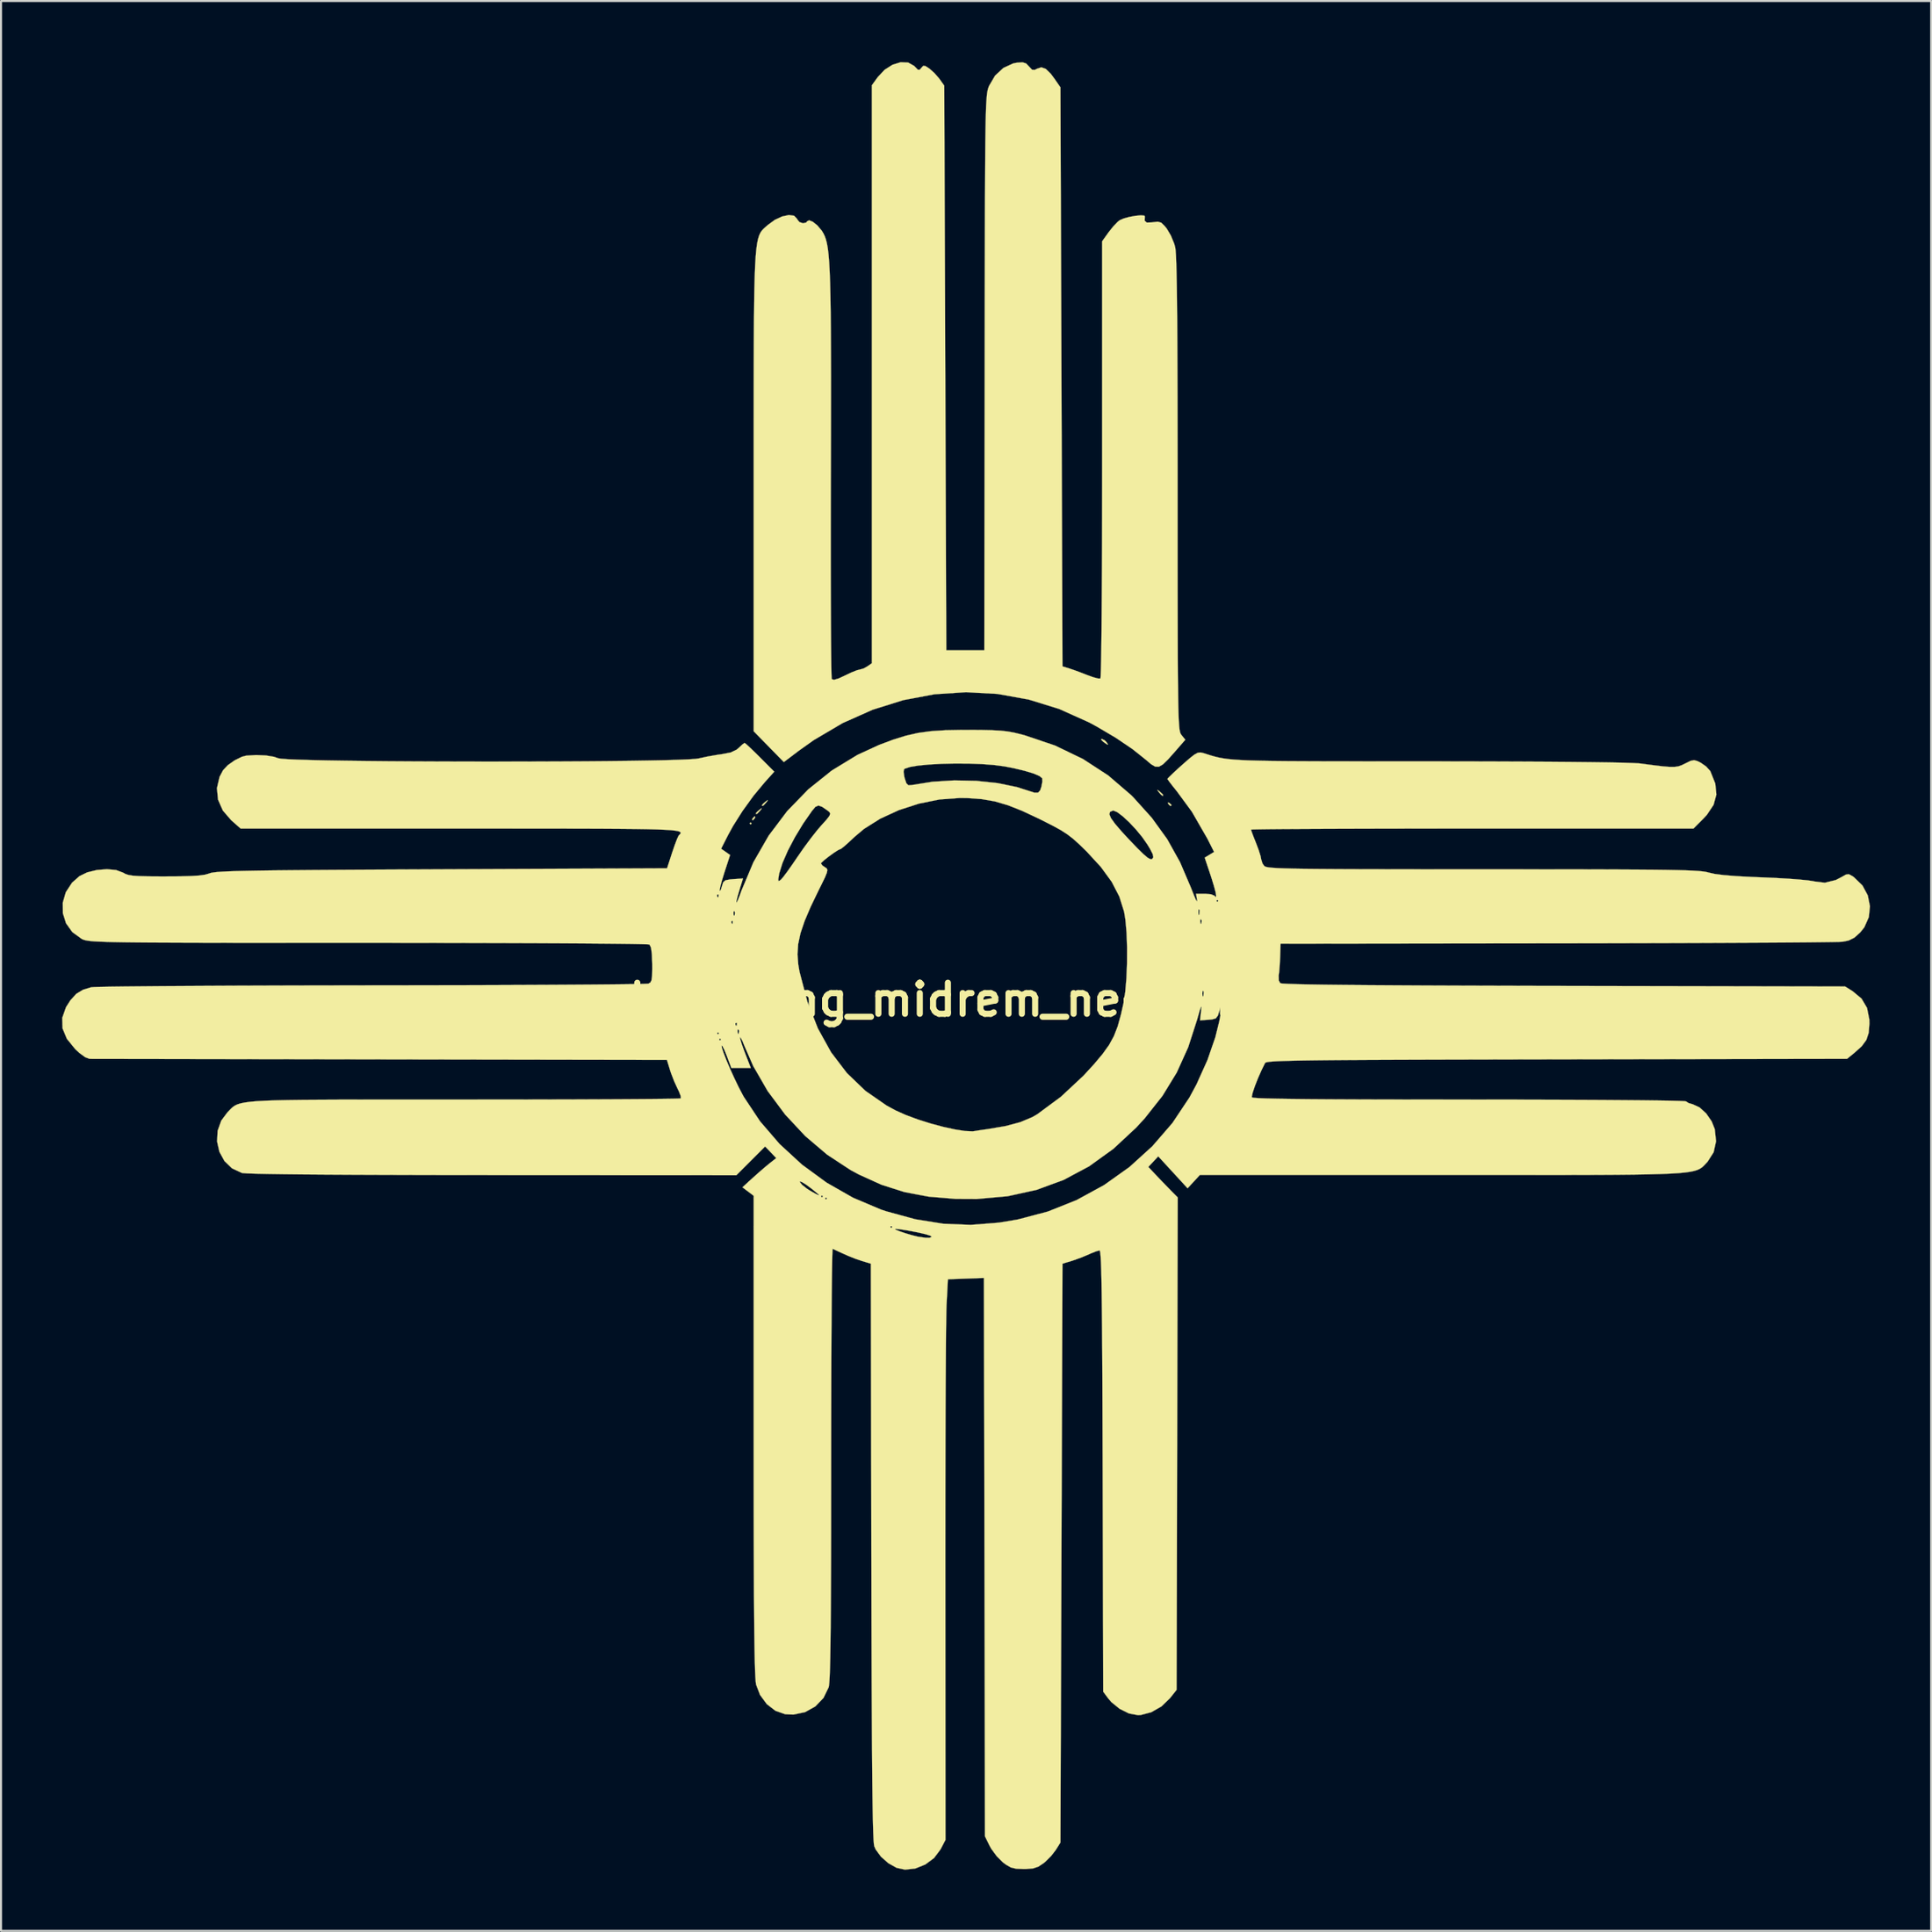
<source format=kicad_pcb>
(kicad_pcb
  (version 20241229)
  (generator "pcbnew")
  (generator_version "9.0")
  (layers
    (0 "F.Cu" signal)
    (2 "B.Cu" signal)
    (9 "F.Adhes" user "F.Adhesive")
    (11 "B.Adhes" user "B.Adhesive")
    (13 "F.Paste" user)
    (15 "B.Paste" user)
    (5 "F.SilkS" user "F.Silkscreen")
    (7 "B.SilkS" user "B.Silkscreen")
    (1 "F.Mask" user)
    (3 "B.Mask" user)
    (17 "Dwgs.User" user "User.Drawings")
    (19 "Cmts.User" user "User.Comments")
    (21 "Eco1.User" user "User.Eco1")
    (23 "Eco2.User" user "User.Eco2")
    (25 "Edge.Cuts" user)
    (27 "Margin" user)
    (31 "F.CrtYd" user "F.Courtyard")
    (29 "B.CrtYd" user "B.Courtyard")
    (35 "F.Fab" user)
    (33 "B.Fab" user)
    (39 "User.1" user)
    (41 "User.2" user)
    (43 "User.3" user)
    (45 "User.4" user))
  (footprint "dczia_png_midrem_neg_64_fs"
    (layer "F.Cu")
    (at 43.929 46.002)
    (property "Reference" "dczia_png_midrem_neg_64_fs" (at 0 0 0) (layer "F.SilkS") (effects (font (size 1.524 1.524) (thickness 0.3))))
    (attr through_hole)
    (fp_poly (pts (xy -10.1 -8.65) (xy -10.15 -8.6) (xy -10.2 -8.65) (xy -10.15 -8.7) (xy -10.1 -8.65)) (stroke (width 0.01) (type solid)) (fill yes) (layer "F.SilkS"))
    (fp_poly (pts (xy 7.216 -12.731) (xy 7.3 -12.65) (xy 7.388 -12.523) (xy 7.33 -12.532) (xy 7.156 -12.653) (xy 7.047 -12.762) (xy 7.069 -12.8) (xy 7.216 -12.731)) (stroke (width 0.01) (type solid)) (fill yes) (layer "F.SilkS"))
    (fp_poly (pts (xy 10.385 -9.66) (xy 10.491 -9.567) (xy 10.5 -9.544) (xy 10.453 -9.503) (xy 10.354 -9.595) (xy 10.34 -9.615) (xy 10.329 -9.684) (xy 10.385 -9.66)) (stroke (width 0.01) (type solid)) (fill yes) (layer "F.SilkS"))
    (fp_poly (pts (xy -9.931 -8.935) (xy -9.95 -8.9) (xy -10.044 -8.805) (xy -10.062 -8.8) (xy -10.069 -8.865) (xy -10.05 -8.9) (xy -9.956 -8.996) (xy -9.938 -9) (xy -9.931 -8.935)) (stroke (width 0.01) (type solid)) (fill yes) (layer "F.SilkS"))
    (fp_poly (pts (xy -9.631 -9.347) (xy -9.687 -9.275) (xy -9.833 -9.12) (xy -9.898 -9.12) (xy -9.9 -9.138) (xy -9.832 -9.221) (xy -9.725 -9.313) (xy -9.607 -9.399) (xy -9.631 -9.347)) (stroke (width 0.01) (type solid)) (fill yes) (layer "F.SilkS"))
    (fp_poly (pts (xy -9.331 -9.747) (xy -9.387 -9.675) (xy -9.533 -9.52) (xy -9.598 -9.52) (xy -9.6 -9.538) (xy -9.532 -9.621) (xy -9.425 -9.713) (xy -9.307 -9.799) (xy -9.331 -9.747)) (stroke (width 0.01) (type solid)) (fill yes) (layer "F.SilkS"))
    (fp_poly (pts (xy 9.853 -10.269) (xy 9.925 -10.213) (xy 10.08 -10.067) (xy 10.08 -10.002) (xy 10.062 -10) (xy 9.979 -10.068) (xy 9.887 -10.175) (xy 9.801 -10.293) (xy 9.853 -10.269)) (stroke (width 0.01) (type solid)) (fill yes) (layer "F.SilkS"))
    (fp_poly (pts (xy -2.421 -45.982) (xy -2.127 -45.818) (xy -2.093 -45.782) (xy -1.945 -45.631) (xy -1.853 -45.627) (xy -1.777 -45.718) (xy -1.682 -45.821) (xy -1.571 -45.81) (xy -1.384 -45.689) (xy -1.134 -45.468) (xy -0.896 -45.195) (xy -0.879 -45.171) (xy -0.65 -44.85) (xy -0.55 -17.15) (xy 1.317 -17.15) (xy 1.334 -30.75) (xy 1.336 -32.673) (xy 1.338 -34.406) (xy 1.341 -35.959) (xy 1.344 -37.343) (xy 1.347 -38.569) (xy 1.351 -39.645) (xy 1.355 -40.583) (xy 1.361 -41.393) (xy 1.367 -42.085) (xy 1.375 -42.67) (xy 1.384 -43.157) (xy 1.395 -43.557) (xy 1.407 -43.88) (xy 1.422 -44.137) (xy 1.438 -44.337) (xy 1.456 -44.491) (xy 1.477 -44.61) (xy 1.501 -44.703) (xy 1.527 -44.78) (xy 1.55 -44.839) (xy 1.845 -45.341) (xy 2.253 -45.719) (xy 2.734 -45.94) (xy 2.901 -45.973) (xy 3.189 -45.993) (xy 3.366 -45.939) (xy 3.509 -45.79) (xy 3.658 -45.631) (xy 3.791 -45.621) (xy 3.898 -45.677) (xy 4.115 -45.748) (xy 4.333 -45.671) (xy 4.577 -45.432) (xy 4.757 -45.19) (xy 5.05 -44.767) (xy 5.15 -16.355) (xy 5.45 -16.266) (xy 5.707 -16.179) (xy 6.06 -16.049) (xy 6.338 -15.94) (xy 6.656 -15.825) (xy 6.902 -15.76) (xy 7.013 -15.758) (xy 7.025 -15.863) (xy 7.036 -16.157) (xy 7.047 -16.625) (xy 7.057 -17.256) (xy 7.067 -18.038) (xy 7.075 -18.958) (xy 7.082 -20.003) (xy 7.089 -21.162) (xy 7.094 -22.421) (xy 7.097 -23.769) (xy 7.099 -25.193) (xy 7.1 -26.515) (xy 7.1 -37.217) (xy 7.416 -37.658) (xy 7.64 -37.939) (xy 7.859 -38.167) (xy 7.955 -38.244) (xy 8.152 -38.331) (xy 8.429 -38.407) (xy 8.729 -38.462) (xy 8.993 -38.487) (xy 9.162 -38.473) (xy 9.193 -38.438) (xy 9.184 -38.221) (xy 9.289 -38.131) (xy 9.541 -38.14) (xy 9.586 -38.148) (xy 9.831 -38.174) (xy 9.998 -38.125) (xy 10.163 -37.964) (xy 10.268 -37.832) (xy 10.467 -37.498) (xy 10.633 -37.094) (xy 10.682 -36.917) (xy 10.701 -36.772) (xy 10.719 -36.516) (xy 10.734 -36.141) (xy 10.748 -35.641) (xy 10.76 -35.008) (xy 10.77 -34.233) (xy 10.779 -33.31) (xy 10.786 -32.23) (xy 10.791 -30.987) (xy 10.796 -29.571) (xy 10.798 -27.977) (xy 10.8 -26.195) (xy 10.8 -24.803) (xy 10.8 -23.036) (xy 10.8 -21.457) (xy 10.801 -20.057) (xy 10.803 -18.824) (xy 10.805 -17.747) (xy 10.808 -16.815) (xy 10.813 -16.018) (xy 10.819 -15.344) (xy 10.826 -14.783) (xy 10.835 -14.323) (xy 10.846 -13.954) (xy 10.859 -13.664) (xy 10.874 -13.444) (xy 10.891 -13.281) (xy 10.911 -13.165) (xy 10.934 -13.085) (xy 10.96 -13.03) (xy 10.988 -12.99) (xy 11.177 -12.757) (xy 10.677 -12.182) (xy 10.332 -11.794) (xy 10.079 -11.548) (xy 9.881 -11.433) (xy 9.701 -11.439) (xy 9.501 -11.555) (xy 9.249 -11.769) (xy 8.582 -12.301) (xy 7.765 -12.854) (xy 6.845 -13.398) (xy 6.45 -13.611) (xy 4.991 -14.267) (xy 3.49 -14.731) (xy 1.962 -15.005) (xy 0.418 -15.091) (xy -1.127 -14.989) (xy -2.66 -14.701) (xy -4.169 -14.228) (xy -5.641 -13.572) (xy -7.061 -12.734) (xy -7.786 -12.218) (xy -8.521 -11.662) (xy -10 -13.175) (xy -9.999 -24.862) (xy -9.999 -26.703) (xy -9.999 -28.354) (xy -9.998 -29.827) (xy -9.996 -31.132) (xy -9.992 -32.28) (xy -9.986 -33.282) (xy -9.977 -34.148) (xy -9.965 -34.89) (xy -9.948 -35.518) (xy -9.927 -36.042) (xy -9.901 -36.475) (xy -9.869 -36.825) (xy -9.831 -37.105) (xy -9.785 -37.325) (xy -9.733 -37.495) (xy -9.672 -37.627) (xy -9.603 -37.731) (xy -9.525 -37.818) (xy -9.437 -37.899) (xy -9.338 -37.984) (xy -9.306 -38.012) (xy -8.959 -38.266) (xy -8.601 -38.431) (xy -8.274 -38.501) (xy -8.019 -38.467) (xy -7.877 -38.32) (xy -7.871 -38.3) (xy -7.761 -38.159) (xy -7.582 -38.096) (xy -7.424 -38.132) (xy -7.383 -38.188) (xy -7.28 -38.243) (xy -7.097 -38.169) (xy -6.879 -37.994) (xy -6.67 -37.747) (xy -6.65 -37.718) (xy -6.578 -37.6) (xy -6.514 -37.467) (xy -6.458 -37.309) (xy -6.408 -37.113) (xy -6.365 -36.869) (xy -6.328 -36.564) (xy -6.297 -36.187) (xy -6.272 -35.727) (xy -6.251 -35.173) (xy -6.235 -34.511) (xy -6.223 -33.733) (xy -6.215 -32.825) (xy -6.21 -31.776) (xy -6.207 -30.575) (xy -6.208 -29.21) (xy -6.21 -27.671) (xy -6.214 -25.944) (xy -6.215 -25.648) (xy -6.218 -24.264) (xy -6.219 -22.936) (xy -6.219 -21.677) (xy -6.218 -20.501) (xy -6.215 -19.423) (xy -6.211 -18.456) (xy -6.206 -17.613) (xy -6.199 -16.909) (xy -6.192 -16.356) (xy -6.184 -15.97) (xy -6.174 -15.763) (xy -6.169 -15.731) (xy -6.059 -15.695) (xy -5.824 -15.766) (xy -5.524 -15.906) (xy -5.201 -16.059) (xy -4.935 -16.165) (xy -4.797 -16.199) (xy -4.603 -16.254) (xy -4.422 -16.356) (xy -4.2 -16.511) (xy -4.2 -44.87) (xy -3.912 -45.268) (xy -3.573 -45.629) (xy -3.185 -45.876) (xy -2.788 -45.997) (xy -2.421 -45.982)) (stroke (width 0.01) (type solid)) (fill yes) (layer "F.SilkS"))
    (fp_poly (pts (xy 1.18 -13.235) (xy 1.704 -13.223) (xy 2.115 -13.201) (xy 2.458 -13.163) (xy 2.776 -13.105) (xy 3.113 -13.024) (xy 3.302 -12.973) (xy 4.782 -12.473) (xy 6.151 -11.814) (xy 7.398 -11.002) (xy 8.514 -10.044) (xy 8.624 -9.934) (xy 9.533 -8.925) (xy 10.286 -7.883) (xy 10.916 -6.755) (xy 11.458 -5.488) (xy 11.471 -5.453) (xy 11.606 -5.109) (xy 11.704 -4.89) (xy 11.756 -4.819) (xy 11.756 -4.85) (xy 12.7 -4.85) (xy 12.75 -4.8) (xy 12.8 -4.85) (xy 12.75 -4.9) (xy 12.7 -4.85) (xy 11.756 -4.85) (xy 11.757 -4.875) (xy 11.705 -5.2) (xy 12.144 -5.2) (xy 12.441 -5.173) (xy 12.615 -5.101) (xy 12.634 -5.075) (xy 12.679 -5.029) (xy 12.692 -5.109) (xy 12.665 -5.271) (xy 12.587 -5.569) (xy 12.471 -5.949) (xy 12.415 -6.12) (xy 12.131 -6.972) (xy 12.361 -7.112) (xy 12.591 -7.251) (xy 12.262 -7.904) (xy 11.501 -9.225) (xy 10.767 -10.224) (xy 10.542 -10.505) (xy 10.376 -10.722) (xy 10.301 -10.832) (xy 10.3 -10.836) (xy 10.37 -10.915) (xy 10.557 -11.096) (xy 10.83 -11.349) (xy 11.036 -11.534) (xy 11.38 -11.836) (xy 11.617 -12.023) (xy 11.784 -12.115) (xy 11.922 -12.133) (xy 12.061 -12.102) (xy 12.271 -12.036) (xy 12.459 -11.977) (xy 12.641 -11.926) (xy 12.829 -11.881) (xy 13.035 -11.843) (xy 13.273 -11.81) (xy 13.557 -11.783) (xy 13.898 -11.76) (xy 14.312 -11.742) (xy 14.809 -11.728) (xy 15.404 -11.717) (xy 16.11 -11.709) (xy 16.939 -11.704) (xy 17.905 -11.7) (xy 19.021 -11.698) (xy 20.301 -11.697) (xy 21.756 -11.696) (xy 23.086 -11.696) (xy 24.734 -11.694) (xy 26.271 -11.69) (xy 27.687 -11.684) (xy 28.974 -11.677) (xy 30.121 -11.667) (xy 31.118 -11.656) (xy 31.958 -11.644) (xy 32.63 -11.63) (xy 33.124 -11.614) (xy 33.431 -11.598) (xy 33.5 -11.591) (xy 34.132 -11.507) (xy 34.6 -11.451) (xy 34.94 -11.423) (xy 35.185 -11.423) (xy 35.371 -11.451) (xy 35.531 -11.506) (xy 35.702 -11.589) (xy 35.707 -11.592) (xy 35.968 -11.719) (xy 36.142 -11.755) (xy 36.316 -11.705) (xy 36.467 -11.629) (xy 36.732 -11.444) (xy 36.927 -11.228) (xy 36.943 -11.2) (xy 37.181 -10.604) (xy 37.234 -10.066) (xy 37.096 -9.563) (xy 36.766 -9.069) (xy 36.587 -8.878) (xy 36.11 -8.4) (xy 25.255 -8.4) (xy 23.8 -8.4) (xy 22.402 -8.398) (xy 21.074 -8.396) (xy 19.829 -8.393) (xy 18.68 -8.389) (xy 17.64 -8.385) (xy 16.721 -8.38) (xy 15.937 -8.375) (xy 15.3 -8.369) (xy 14.823 -8.362) (xy 14.519 -8.356) (xy 14.401 -8.349) (xy 14.4 -8.348) (xy 14.435 -8.236) (xy 14.526 -7.992) (xy 14.65 -7.681) (xy 14.779 -7.337) (xy 14.87 -7.048) (xy 14.9 -6.89) (xy 14.967 -6.679) (xy 15.057 -6.557) (xy 15.097 -6.532) (xy 15.172 -6.51) (xy 15.292 -6.49) (xy 15.469 -6.472) (xy 15.713 -6.458) (xy 16.037 -6.445) (xy 16.451 -6.434) (xy 16.966 -6.425) (xy 17.594 -6.418) (xy 18.345 -6.412) (xy 19.231 -6.407) (xy 20.263 -6.404) (xy 21.453 -6.402) (xy 22.81 -6.4) (xy 24.347 -6.399) (xy 25.782 -6.399) (xy 27.486 -6.398) (xy 29.001 -6.397) (xy 30.34 -6.396) (xy 31.513 -6.393) (xy 32.532 -6.389) (xy 33.409 -6.384) (xy 34.155 -6.378) (xy 34.782 -6.37) (xy 35.301 -6.36) (xy 35.723 -6.348) (xy 36.061 -6.334) (xy 36.326 -6.318) (xy 36.529 -6.3) (xy 36.682 -6.279) (xy 36.797 -6.255) (xy 36.85 -6.24) (xy 37.151 -6.172) (xy 37.604 -6.114) (xy 38.222 -6.064) (xy 39.018 -6.022) (xy 39.5 -6.003) (xy 40.161 -5.974) (xy 40.777 -5.938) (xy 41.311 -5.897) (xy 41.727 -5.856) (xy 41.99 -5.816) (xy 42.032 -5.805) (xy 42.559 -5.741) (xy 43.094 -5.873) (xy 43.374 -6.018) (xy 43.593 -6.141) (xy 43.737 -6.158) (xy 43.902 -6.069) (xy 43.986 -6.01) (xy 44.4 -5.607) (xy 44.662 -5.119) (xy 44.768 -4.587) (xy 44.713 -4.052) (xy 44.492 -3.554) (xy 44.291 -3.303) (xy 44 -3.043) (xy 43.719 -2.905) (xy 43.429 -2.847) (xy 43.272 -2.839) (xy 42.928 -2.832) (xy 42.407 -2.825) (xy 41.723 -2.817) (xy 40.887 -2.81) (xy 39.911 -2.803) (xy 38.807 -2.797) (xy 37.588 -2.791) (xy 36.265 -2.785) (xy 34.851 -2.78) (xy 33.357 -2.776) (xy 31.795 -2.772) (xy 30.179 -2.769) (xy 29.4 -2.768) (xy 15.85 -2.75) (xy 15.829 -2.1) (xy 15.811 -1.714) (xy 15.783 -1.372) (xy 15.758 -1.184) (xy 15.765 -0.941) (xy 15.836 -0.811) (xy 15.938 -0.795) (xy 16.205 -0.779) (xy 16.639 -0.764) (xy 17.244 -0.751) (xy 18.022 -0.738) (xy 18.977 -0.727) (xy 20.112 -0.717) (xy 21.429 -0.708) (xy 22.933 -0.699) (xy 24.626 -0.692) (xy 26.511 -0.686) (xy 28.591 -0.68) (xy 29.757 -0.678) (xy 43.55 -0.65) (xy 43.922 -0.417) (xy 44.358 -0.052) (xy 44.626 0.402) (xy 44.738 0.968) (xy 44.742 1.177) (xy 44.707 1.625) (xy 44.592 1.973) (xy 44.364 2.283) (xy 43.991 2.618) (xy 43.646 2.898) (xy 29.409 2.924) (xy 27.42 2.928) (xy 25.622 2.932) (xy 24.006 2.936) (xy 22.561 2.94) (xy 21.278 2.945) (xy 20.148 2.95) (xy 19.162 2.956) (xy 18.31 2.963) (xy 17.583 2.971) (xy 16.971 2.98) (xy 16.464 2.99) (xy 16.054 3.001) (xy 15.731 3.013) (xy 15.486 3.027) (xy 15.309 3.042) (xy 15.191 3.06) (xy 15.122 3.079) (xy 15.092 3.1) (xy 15.092 3.1) (xy 14.915 3.46) (xy 14.742 3.852) (xy 14.594 4.228) (xy 14.487 4.542) (xy 14.44 4.745) (xy 14.445 4.792) (xy 14.528 4.811) (xy 14.758 4.828) (xy 15.138 4.843) (xy 15.674 4.856) (xy 16.372 4.867) (xy 17.236 4.877) (xy 18.272 4.885) (xy 19.485 4.891) (xy 20.88 4.896) (xy 22.462 4.898) (xy 24.237 4.9) (xy 25.1 4.9) (xy 26.567 4.901) (xy 27.971 4.903) (xy 29.299 4.907) (xy 30.537 4.912) (xy 31.675 4.918) (xy 32.698 4.926) (xy 33.595 4.934) (xy 34.352 4.944) (xy 34.958 4.954) (xy 35.4 4.965) (xy 35.665 4.977) (xy 35.742 4.987) (xy 35.871 5.069) (xy 36.077 5.13) (xy 36.41 5.284) (xy 36.734 5.58) (xy 37.001 5.965) (xy 37.155 6.349) (xy 37.218 6.944) (xy 37.099 7.483) (xy 36.804 7.944) (xy 36.779 7.971) (xy 36.692 8.064) (xy 36.613 8.147) (xy 36.532 8.221) (xy 36.437 8.286) (xy 36.318 8.344) (xy 36.164 8.394) (xy 35.964 8.437) (xy 35.707 8.474) (xy 35.383 8.505) (xy 34.981 8.53) (xy 34.49 8.55) (xy 33.899 8.566) (xy 33.198 8.579) (xy 32.375 8.588) (xy 31.42 8.594) (xy 30.322 8.597) (xy 29.07 8.599) (xy 27.654 8.6) (xy 26.063 8.6) (xy 24.286 8.6) (xy 23.727 8.6) (xy 11.889 8.6) (xy 11.289 9.25) (xy 10.57 8.466) (xy 9.85 7.682) (xy 9.606 7.943) (xy 9.362 8.203) (xy 9.756 8.621) (xy 10.049 8.928) (xy 10.35 9.239) (xy 10.477 9.37) (xy 10.805 9.701) (xy 10.777 21.78) (xy 10.75 33.858) (xy 10.423 34.271) (xy 10.008 34.671) (xy 9.51 34.956) (xy 8.992 35.093) (xy 8.852 35.1) (xy 8.41 35.016) (xy 7.952 34.788) (xy 7.546 34.457) (xy 7.4 34.285) (xy 7.15 33.95) (xy 7.124 23.125) (xy 7.119 21.351) (xy 7.114 19.769) (xy 7.108 18.367) (xy 7.101 17.138) (xy 7.094 16.073) (xy 7.085 15.161) (xy 7.076 14.394) (xy 7.065 13.762) (xy 7.053 13.257) (xy 7.039 12.869) (xy 7.023 12.589) (xy 7.006 12.408) (xy 6.987 12.316) (xy 6.974 12.3) (xy 6.812 12.34) (xy 6.555 12.441) (xy 6.45 12.489) (xy 6.085 12.643) (xy 5.685 12.787) (xy 5.6 12.814) (xy 5.15 12.95) (xy 5.05 41.35) (xy 4.823 41.714) (xy 4.592 42.013) (xy 4.3 42.302) (xy 4.223 42.364) (xy 3.966 42.534) (xy 3.712 42.62) (xy 3.373 42.648) (xy 3.246 42.65) (xy 2.877 42.636) (xy 2.616 42.573) (xy 2.375 42.434) (xy 2.229 42.323) (xy 1.927 42.023) (xy 1.658 41.658) (xy 1.583 41.523) (xy 1.35 41.05) (xy 1.298 13.65) (xy -0.471 13.713) (xy -0.538 14.984) (xy -0.546 15.245) (xy -0.554 15.692) (xy -0.562 16.313) (xy -0.569 17.092) (xy -0.575 18.016) (xy -0.581 19.072) (xy -0.586 20.246) (xy -0.59 21.525) (xy -0.593 22.894) (xy -0.596 24.34) (xy -0.597 25.85) (xy -0.598 27.409) (xy -0.597 28.738) (xy -0.59 41.221) (xy -0.832 41.685) (xy -1.148 42.107) (xy -1.577 42.427) (xy -2.068 42.625) (xy -2.573 42.68) (xy -2.987 42.592) (xy -3.393 42.364) (xy -3.755 42.044) (xy -4.014 41.691) (xy -4.083 41.531) (xy -4.101 41.421) (xy -4.117 41.207) (xy -4.132 40.881) (xy -4.146 40.436) (xy -4.158 39.864) (xy -4.169 39.159) (xy -4.179 38.314) (xy -4.188 37.322) (xy -4.196 36.175) (xy -4.203 34.866) (xy -4.21 33.388) (xy -4.215 31.734) (xy -4.22 29.897) (xy -4.224 27.87) (xy -4.226 27.05) (xy -4.25 12.95) (xy -4.7 12.813) (xy -5.017 12.706) (xy -5.372 12.563) (xy -5.82 12.362) (xy -6.125 12.219) (xy -6.135 12.312) (xy -6.145 12.592) (xy -6.154 13.046) (xy -6.163 13.661) (xy -6.171 14.424) (xy -6.178 15.323) (xy -6.184 16.343) (xy -6.19 17.473) (xy -6.194 18.7) (xy -6.197 20.009) (xy -6.199 21.389) (xy -6.2 22.755) (xy -6.201 24.555) (xy -6.202 26.164) (xy -6.205 27.591) (xy -6.21 28.843) (xy -6.216 29.931) (xy -6.224 30.863) (xy -6.233 31.648) (xy -6.244 32.294) (xy -6.257 32.81) (xy -6.272 33.205) (xy -6.289 33.488) (xy -6.308 33.667) (xy -6.321 33.732) (xy -6.577 34.258) (xy -6.975 34.672) (xy -7.478 34.952) (xy -8.05 35.073) (xy -8.451 35.055) (xy -8.93 34.888) (xy -9.355 34.56) (xy -9.686 34.111) (xy -9.88 33.604) (xy -9.9 33.465) (xy -9.917 33.222) (xy -9.933 32.866) (xy -9.947 32.391) (xy -9.959 31.787) (xy -9.969 31.047) (xy -9.978 30.163) (xy -9.985 29.127) (xy -9.99 27.931) (xy -9.995 26.567) (xy -9.998 25.027) (xy -9.999 23.303) (xy -10 21.387) (xy -10 11.243) (xy -3.076 11.243) (xy -3.014 11.29) (xy -2.815 11.37) (xy -2.536 11.464) (xy -2.234 11.553) (xy -1.966 11.619) (xy -1.9 11.631) (xy -1.561 11.679) (xy -1.366 11.678) (xy -1.263 11.63) (xy -1.262 11.629) (xy -1.322 11.581) (xy -1.539 11.511) (xy -1.877 11.43) (xy -2.115 11.382) (xy -2.519 11.309) (xy -2.841 11.259) (xy -3.038 11.239) (xy -3.076 11.243) (xy -10 11.243) (xy -10 11.15) (xy -3.3 11.15) (xy -3.25 11.2) (xy -3.2 11.15) (xy -3.25 11.1) (xy -3.3 11.15) (xy -10 11.15) (xy -10 9.75) (xy -6.5 9.75) (xy -6.45 9.8) (xy -6.4 9.75) (xy -6.45 9.7) (xy -6.5 9.75) (xy -10 9.75) (xy -10 9.65) (xy -6.7 9.65) (xy -6.65 9.7) (xy -6.6 9.65) (xy -6.65 9.6) (xy -6.7 9.65) (xy -10 9.65) (xy -10 9.617) (xy -10.55 9.202) (xy -10.266 8.942) (xy -7.739 8.942) (xy -7.621 9.086) (xy -7.392 9.267) (xy -7.264 9.35) (xy -6.968 9.52) (xy -6.81 9.594) (xy -6.802 9.567) (xy -6.855 9.518) (xy -7.158 9.27) (xy -7.428 9.071) (xy -7.633 8.945) (xy -7.736 8.914) (xy -7.739 8.942) (xy -10.266 8.942) (xy -10.05 8.745) (xy -9.732 8.461) (xy -9.418 8.191) (xy -9.221 8.029) (xy -8.892 7.77) (xy -9.165 7.484) (xy -9.439 7.198) (xy -10.145 7.904) (xy -10.85 8.609) (xy -22.8 8.603) (xy -24.744 8.602) (xy -26.537 8.598) (xy -28.173 8.593) (xy -29.649 8.587) (xy -30.96 8.579) (xy -32.1 8.57) (xy -33.066 8.559) (xy -33.851 8.547) (xy -34.453 8.534) (xy -34.865 8.519) (xy -35.084 8.503) (xy -35.11 8.498) (xy -35.596 8.271) (xy -35.967 7.911) (xy -36.214 7.459) (xy -36.328 6.952) (xy -36.3 6.429) (xy -36.12 5.928) (xy -35.821 5.527) (xy -35.726 5.429) (xy -35.642 5.342) (xy -35.558 5.265) (xy -35.46 5.197) (xy -35.339 5.138) (xy -35.183 5.088) (xy -34.979 5.045) (xy -34.717 5.009) (xy -34.385 4.979) (xy -33.971 4.956) (xy -33.463 4.937) (xy -32.851 4.923) (xy -32.123 4.913) (xy -31.267 4.907) (xy -30.271 4.902) (xy -29.125 4.9) (xy -27.816 4.9) (xy -26.332 4.9) (xy -24.664 4.9) (xy -24.22 4.9) (xy -22.782 4.899) (xy -21.4 4.898) (xy -20.088 4.895) (xy -18.858 4.892) (xy -17.725 4.887) (xy -16.7 4.882) (xy -15.797 4.876) (xy -15.03 4.87) (xy -14.411 4.863) (xy -13.953 4.856) (xy -13.669 4.848) (xy -13.573 4.84) (xy -13.58 4.725) (xy -13.666 4.499) (xy -13.732 4.365) (xy -13.898 4.005) (xy -14.057 3.592) (xy -14.104 3.45) (xy -14.257 2.95) (xy -28.304 2.925) (xy -29.967 2.922) (xy -31.578 2.919) (xy -33.124 2.916) (xy -34.594 2.914) (xy -35.977 2.911) (xy -37.261 2.909) (xy -38.434 2.907) (xy -39.485 2.905) (xy -40.403 2.904) (xy -41.175 2.902) (xy -41.79 2.901) (xy -42.237 2.901) (xy -42.504 2.9) (xy -42.58 2.9) (xy -42.794 2.823) (xy -43.086 2.609) (xy -43.287 2.422) (xy -43.436 2.239) (xy -11.572 2.239) (xy -11.562 2.353) (xy -11.478 2.609) (xy -11.338 2.967) (xy -11.159 3.389) (xy -10.955 3.838) (xy -10.744 4.275) (xy -10.543 4.661) (xy -10.483 4.769) (xy -9.687 5.966) (xy -8.727 7.081) (xy -7.629 8.091) (xy -6.418 8.977) (xy -5.12 9.717) (xy -3.761 10.292) (xy -3.5 10.38) (xy -2.074 10.77) (xy -0.706 10.991) (xy 0.648 11.046) (xy 2.034 10.937) (xy 2.946 10.785) (xy 4.432 10.393) (xy 5.855 9.824) (xy 7.195 9.092) (xy 8.435 8.21) (xy 9.558 7.191) (xy 10.546 6.049) (xy 11.382 4.795) (xy 11.73 4.148) (xy 12.264 2.962) (xy 12.649 1.849) (xy 12.843 1.067) (xy 12.925 0.645) (xy 12.973 0.345) (xy 12.986 0.183) (xy 12.964 0.174) (xy 12.906 0.337) (xy 12.861 0.5) (xy 12.777 0.775) (xy 12.675 0.912) (xy 12.493 0.965) (xy 12.322 0.981) (xy 11.902 1.011) (xy 11.955 0.531) (xy 11.968 0.354) (xy 11.946 0.344) (xy 11.888 0.511) (xy 11.788 0.863) (xy 11.764 0.95) (xy 11.319 2.329) (xy 10.756 3.573) (xy 10.053 4.721) (xy 9.187 5.816) (xy 8.763 6.277) (xy 7.644 7.317) (xy 6.46 8.171) (xy 5.205 8.841) (xy 3.872 9.33) (xy 2.453 9.641) (xy 0.942 9.776) (xy -0.092 9.771) (xy -1.406 9.662) (xy -2.602 9.436) (xy -3.73 9.077) (xy -4.845 8.571) (xy -5.245 8.355) (xy -6.395 7.601) (xy -7.475 6.683) (xy -8.456 5.631) (xy -9.314 4.478) (xy -10.021 3.253) (xy -10.45 2.273) (xy -10.558 2.011) (xy -10.642 1.857) (xy -10.67 1.837) (xy -10.656 1.943) (xy -10.582 2.187) (xy -10.462 2.521) (xy -10.426 2.614) (xy -10.141 3.35) (xy -11.094 3.35) (xy -11.311 2.772) (xy -11.429 2.478) (xy -11.525 2.287) (xy -11.572 2.239) (xy -43.436 2.239) (xy -43.669 1.95) (xy -11.7 1.95) (xy -11.65 2) (xy -11.6 1.95) (xy -11.65 1.9) (xy -11.7 1.95) (xy -43.669 1.95) (xy -43.699 1.913) (xy -43.808 1.65) (xy -11.8 1.65) (xy -11.75 1.7) (xy -11.7 1.65) (xy -11.75 1.6) (xy -11.8 1.65) (xy -43.808 1.65) (xy -43.853 1.542) (xy -10.792 1.542) (xy -10.774 1.671) (xy -10.74 1.673) (xy -10.716 1.539) (xy -10.732 1.481) (xy -10.776 1.443) (xy -10.792 1.542) (xy -43.853 1.542) (xy -43.911 1.403) (xy -43.916 1.2) (xy -10.9 1.2) (xy -10.863 1.282) (xy -10.833 1.267) (xy -10.821 1.148) (xy -10.833 1.133) (xy -10.893 1.147) (xy -10.9 1.2) (xy -43.916 1.2) (xy -43.924 0.888) (xy -43.739 0.363) (xy -43.518 0.02) (xy -43.23 -0.294) (xy -42.9 -0.492) (xy -42.502 -0.612) (xy -42.361 -0.622) (xy -42.032 -0.632) (xy -41.526 -0.642) (xy -40.857 -0.651) (xy -40.035 -0.659) (xy -39.073 -0.668) (xy -37.983 -0.675) (xy -36.777 -0.682) (xy -35.467 -0.689) (xy -34.065 -0.694) (xy -32.582 -0.699) (xy -31.031 -0.702) (xy -29.423 -0.705) (xy -28.75 -0.706) (xy -27.126 -0.708) (xy -25.556 -0.711) (xy -24.051 -0.714) (xy -22.624 -0.719) (xy -21.285 -0.725) (xy -20.047 -0.731) (xy -18.921 -0.738) (xy -17.919 -0.745) (xy -17.054 -0.753) (xy -16.336 -0.761) (xy -15.778 -0.769) (xy -15.391 -0.778) (xy -15.188 -0.787) (xy -15.159 -0.791) (xy -15.067 -0.848) (xy -15.011 -0.96) (xy -14.984 -1.169) (xy -14.976 -1.517) (xy -14.977 -1.746) (xy -14.994 -2.23) (xy -7.852 -2.23) (xy -7.813 -1.727) (xy -7.751 -1.371) (xy -7.367 0.092) (xy -6.85 1.409) (xy -6.202 2.58) (xy -5.423 3.602) (xy -4.516 4.472) (xy -3.481 5.19) (xy -3.031 5.434) (xy -2.533 5.657) (xy -1.952 5.872) (xy -1.329 6.069) (xy -0.706 6.237) (xy -0.124 6.364) (xy 0.374 6.442) (xy 0.748 6.458) (xy 0.862 6.442) (xy 1.022 6.414) (xy 1.3 6.373) (xy 1.462 6.351) (xy 2.357 6.2) (xy 3.084 6.006) (xy 3.67 5.76) (xy 3.918 5.616) (xy 5.069 4.766) (xy 6.184 3.725) (xy 6.702 3.16) (xy 7.12 2.662) (xy 7.435 2.223) (xy 7.673 1.789) (xy 7.861 1.306) (xy 8.023 0.72) (xy 8.15 0.15) (xy 8.219 -0.3) (xy 12.016 -0.3) (xy 12.032 -0.158) (xy 12.066 -0.175) (xy 12.079 -0.38) (xy 12.066 -0.425) (xy 12.03 -0.438) (xy 12.016 -0.3) (xy 8.219 -0.3) (xy 8.233 -0.39) (xy 8.29 -1.058) (xy 8.319 -1.799) (xy 8.322 -2.556) (xy 8.297 -3.275) (xy 8.247 -3.858) (xy 11.908 -3.858) (xy 11.926 -3.729) (xy 11.96 -3.727) (xy 11.984 -3.861) (xy 11.968 -3.919) (xy 11.924 -3.957) (xy 11.908 -3.858) (xy 8.247 -3.858) (xy 8.244 -3.898) (xy 8.179 -4.3) (xy 11.816 -4.3) (xy 11.832 -4.158) (xy 11.866 -4.175) (xy 11.879 -4.38) (xy 11.866 -4.425) (xy 11.83 -4.438) (xy 11.816 -4.3) (xy 8.179 -4.3) (xy 8.177 -4.315) (xy 7.942 -5.061) (xy 7.567 -5.786) (xy 7.034 -6.517) (xy 6.348 -7.262) (xy 5.983 -7.618) (xy 5.679 -7.893) (xy 5.389 -8.117) (xy 5.067 -8.324) (xy 4.668 -8.543) (xy 4.145 -8.808) (xy 3.99 -8.885) (xy 3.523 -9.104) (xy 7.45 -9.104) (xy 7.528 -8.912) (xy 7.73 -8.631) (xy 8.063 -8.244) (xy 8.408 -7.871) (xy 8.821 -7.439) (xy 9.123 -7.143) (xy 9.333 -6.966) (xy 9.471 -6.892) (xy 9.555 -6.904) (xy 9.556 -6.905) (xy 9.609 -6.996) (xy 9.58 -7.145) (xy 9.454 -7.393) (xy 9.32 -7.614) (xy 9.064 -7.982) (xy 8.754 -8.358) (xy 8.426 -8.708) (xy 8.11 -9) (xy 7.841 -9.203) (xy 7.651 -9.283) (xy 7.626 -9.281) (xy 7.485 -9.221) (xy 7.45 -9.104) (xy 3.523 -9.104) (xy 3.178 -9.266) (xy 2.475 -9.544) (xy 1.831 -9.732) (xy 1.193 -9.844) (xy 0.51 -9.894) (xy 0.117 -9.9) (xy -0.876 -9.828) (xy -1.888 -9.624) (xy -2.874 -9.305) (xy -3.787 -8.886) (xy -4.585 -8.384) (xy -5.041 -8.001) (xy -5.33 -7.73) (xy -5.564 -7.523) (xy -5.707 -7.411) (xy -5.731 -7.4) (xy -5.854 -7.345) (xy -6.067 -7.208) (xy -6.313 -7.03) (xy -6.536 -6.854) (xy -6.677 -6.723) (xy -6.7 -6.684) (xy -6.623 -6.582) (xy -6.501 -6.5) (xy -6.419 -6.445) (xy -6.385 -6.368) (xy -6.41 -6.234) (xy -6.501 -6.009) (xy -6.67 -5.661) (xy -6.804 -5.392) (xy -7.205 -4.562) (xy -7.502 -3.864) (xy -7.704 -3.265) (xy -7.818 -2.731) (xy -7.852 -2.23) (xy -14.994 -2.23) (xy -14.995 -2.244) (xy -15.038 -2.559) (xy -15.109 -2.705) (xy -15.116 -2.71) (xy -15.23 -2.72) (xy -15.532 -2.729) (xy -16.011 -2.738) (xy -16.656 -2.746) (xy -17.454 -2.754) (xy -18.394 -2.762) (xy -19.464 -2.769) (xy -20.653 -2.775) (xy -21.95 -2.78) (xy -23.342 -2.784) (xy -24.818 -2.788) (xy -26.367 -2.79) (xy -27.976 -2.792) (xy -28.92 -2.792) (xy -30.849 -2.792) (xy -32.588 -2.792) (xy -34.147 -2.793) (xy -35.536 -2.794) (xy -36.766 -2.796) (xy -37.847 -2.799) (xy -38.788 -2.803) (xy -39.601 -2.807) (xy -40.295 -2.813) (xy -40.88 -2.82) (xy -41.367 -2.829) (xy -41.765 -2.839) (xy -42.085 -2.851) (xy -42.337 -2.864) (xy -42.531 -2.88) (xy -42.678 -2.898) (xy -42.786 -2.919) (xy -42.867 -2.941) (xy -42.931 -2.967) (xy -42.972 -2.987) (xy -43.43 -3.32) (xy -43.738 -3.751) (xy -43.753 -3.8) (xy -11.1 -3.8) (xy -11.063 -3.718) (xy -11.033 -3.733) (xy -11.021 -3.852) (xy -11.033 -3.867) (xy -11.093 -3.853) (xy -11.1 -3.8) (xy -43.753 -3.8) (xy -43.894 -4.245) (xy -43.894 -4.258) (xy -10.992 -4.258) (xy -10.974 -4.129) (xy -10.94 -4.127) (xy -10.916 -4.261) (xy -10.932 -4.319) (xy -10.976 -4.357) (xy -10.992 -4.258) (xy -43.894 -4.258) (xy -43.898 -4.765) (xy -43.8 -5.1) (xy -11.8 -5.1) (xy -11.763 -5.018) (xy -11.733 -5.033) (xy -11.721 -5.152) (xy -11.733 -5.167) (xy -11.793 -5.153) (xy -11.8 -5.1) (xy -43.8 -5.1) (xy -43.749 -5.276) (xy -43.444 -5.742) (xy -43.08 -6.064) (xy -42.699 -6.249) (xy -42.227 -6.364) (xy -41.733 -6.404) (xy -41.283 -6.363) (xy -40.944 -6.237) (xy -40.821 -6.169) (xy -40.667 -6.12) (xy -40.452 -6.086) (xy -40.143 -6.065) (xy -39.709 -6.054) (xy -39.118 -6.05) (xy -38.854 -6.05) (xy -38.142 -6.054) (xy -37.6 -6.069) (xy -37.202 -6.095) (xy -36.919 -6.135) (xy -36.721 -6.191) (xy -36.7 -6.2) (xy -36.624 -6.224) (xy -36.504 -6.245) (xy -36.331 -6.265) (xy -36.093 -6.282) (xy -35.78 -6.298) (xy -35.38 -6.312) (xy -34.883 -6.324) (xy -34.277 -6.335) (xy -33.553 -6.346) (xy -32.698 -6.355) (xy -31.703 -6.364) (xy -30.556 -6.372) (xy -29.246 -6.38) (xy -27.763 -6.388) (xy -26.096 -6.396) (xy -25.3 -6.4) (xy -14.25 -6.45) (xy -14 -7.218) (xy -13.874 -7.586) (xy -13.763 -7.879) (xy -13.687 -8.044) (xy -13.675 -8.06) (xy -13.623 -8.113) (xy -13.588 -8.16) (xy -13.582 -8.202) (xy -13.615 -8.238) (xy -13.696 -8.27) (xy -13.838 -8.297) (xy -14.051 -8.321) (xy -14.345 -8.34) (xy -14.731 -8.356) (xy -15.22 -8.369) (xy -15.821 -8.379) (xy -16.547 -8.386) (xy -17.407 -8.392) (xy -18.412 -8.396) (xy -19.574 -8.398) (xy -20.901 -8.399) (xy -22.405 -8.4) (xy -24.098 -8.4) (xy -35.172 -8.4) (xy -35.634 -8.807) (xy -36.044 -9.283) (xy -36.28 -9.817) (xy -36.335 -10.378) (xy -36.206 -10.935) (xy -36.034 -11.261) (xy -35.8 -11.509) (xy -35.462 -11.747) (xy -35.108 -11.921) (xy -34.9 -11.976) (xy -34.411 -12.005) (xy -33.933 -11.985) (xy -33.534 -11.92) (xy -33.334 -11.849) (xy -33.185 -11.824) (xy -32.853 -11.8) (xy -32.354 -11.778) (xy -31.704 -11.759) (xy -30.921 -11.742) (xy -30.021 -11.727) (xy -29.02 -11.714) (xy -27.935 -11.703) (xy -26.783 -11.695) (xy -25.58 -11.689) (xy -24.342 -11.685) (xy -23.087 -11.683) (xy -21.831 -11.684) (xy -20.591 -11.687) (xy -19.382 -11.692) (xy -18.223 -11.699) (xy -17.128 -11.709) (xy -16.115 -11.721) (xy -15.2 -11.736) (xy -14.401 -11.752) (xy -13.733 -11.771) (xy -13.213 -11.793) (xy -12.857 -11.816) (xy -12.696 -11.839) (xy -12.263 -11.933) (xy -11.781 -12.017) (xy -11.562 -12.048) (xy -11.129 -12.131) (xy -10.836 -12.27) (xy -10.732 -12.359) (xy -10.557 -12.521) (xy -10.45 -12.599) (xy -10.445 -12.6) (xy -10.359 -12.534) (xy -10.166 -12.355) (xy -9.896 -12.095) (xy -9.695 -11.895) (xy -8.991 -11.19) (xy -9.459 -10.67) (xy -10.008 -10.009) (xy -10.545 -9.266) (xy -11.016 -8.521) (xy -11.258 -8.08) (xy -11.598 -7.41) (xy -11.378 -7.256) (xy -11.158 -7.102) (xy -11.438 -6.243) (xy -11.556 -5.859) (xy -11.638 -5.552) (xy -11.672 -5.367) (xy -11.668 -5.335) (xy -11.616 -5.384) (xy -11.557 -5.57) (xy -11.554 -5.584) (xy -11.495 -5.765) (xy -11.385 -5.86) (xy -11.161 -5.903) (xy -11.006 -5.916) (xy -10.524 -5.95) (xy -10.665 -5.5) (xy -10.788 -5.084) (xy -10.848 -4.833) (xy -10.848 -4.752) (xy -10.791 -4.848) (xy -10.679 -5.128) (xy -10.602 -5.344) (xy -10.367 -5.902) (xy -8.796 -5.902) (xy -8.779 -5.82) (xy -8.695 -5.864) (xy -8.671 -5.883) (xy -8.553 -6.017) (xy -8.355 -6.279) (xy -8.106 -6.631) (xy -7.855 -7) (xy -7.534 -7.463) (xy -7.187 -7.931) (xy -6.865 -8.339) (xy -6.679 -8.554) (xy -6.42 -8.842) (xy -6.281 -9.023) (xy -6.243 -9.135) (xy -6.289 -9.216) (xy -6.355 -9.269) (xy -6.636 -9.464) (xy -6.822 -9.53) (xy -6.969 -9.467) (xy -7.133 -9.276) (xy -7.133 -9.276) (xy -7.573 -8.644) (xy -7.977 -7.976) (xy -8.323 -7.318) (xy -8.586 -6.715) (xy -8.744 -6.21) (xy -8.757 -6.146) (xy -8.796 -5.902) (xy -10.367 -5.902) (xy -10.011 -6.75) (xy -9.258 -8.058) (xy -8.357 -9.253) (xy -7.322 -10.321) (xy -6.249 -11.181) (xy -2.645 -11.181) (xy -2.61 -10.94) (xy -2.59 -10.862) (xy -2.508 -10.618) (xy -2.409 -10.524) (xy -2.24 -10.533) (xy -2.217 -10.538) (xy -1.219 -10.696) (xy -0.152 -10.762) (xy 0.928 -10.739) (xy 1.968 -10.629) (xy 2.913 -10.434) (xy 3.45 -10.264) (xy 3.765 -10.161) (xy 3.95 -10.159) (xy 4.056 -10.271) (xy 4.119 -10.457) (xy 4.164 -10.703) (xy 4.157 -10.865) (xy 4.025 -10.976) (xy 3.725 -11.103) (xy 3.286 -11.236) (xy 2.738 -11.366) (xy 2.297 -11.451) (xy 1.791 -11.518) (xy 1.195 -11.563) (xy 0.543 -11.587) (xy -0.129 -11.591) (xy -0.788 -11.575) (xy -1.397 -11.541) (xy -1.922 -11.49) (xy -2.329 -11.422) (xy -2.581 -11.339) (xy -2.623 -11.311) (xy -2.645 -11.181) (xy -6.249 -11.181) (xy -6.166 -11.247) (xy -4.904 -12.016) (xy -3.849 -12.501) (xy -3.158 -12.76) (xy -2.539 -12.953) (xy -1.941 -13.089) (xy -1.312 -13.176) (xy -0.601 -13.223) (xy 0.243 -13.239) (xy 0.5 -13.239) (xy 1.18 -13.235)) (stroke (width 0.01) (type solid)) (fill yes) (layer "F.SilkS")))
  (gr_rect
    (start -3 -3)
    (end 91.702 91.687)
    (stroke (width 0.1) (type default))
    (fill no)
    (layer "Edge.Cuts")))
</source>
